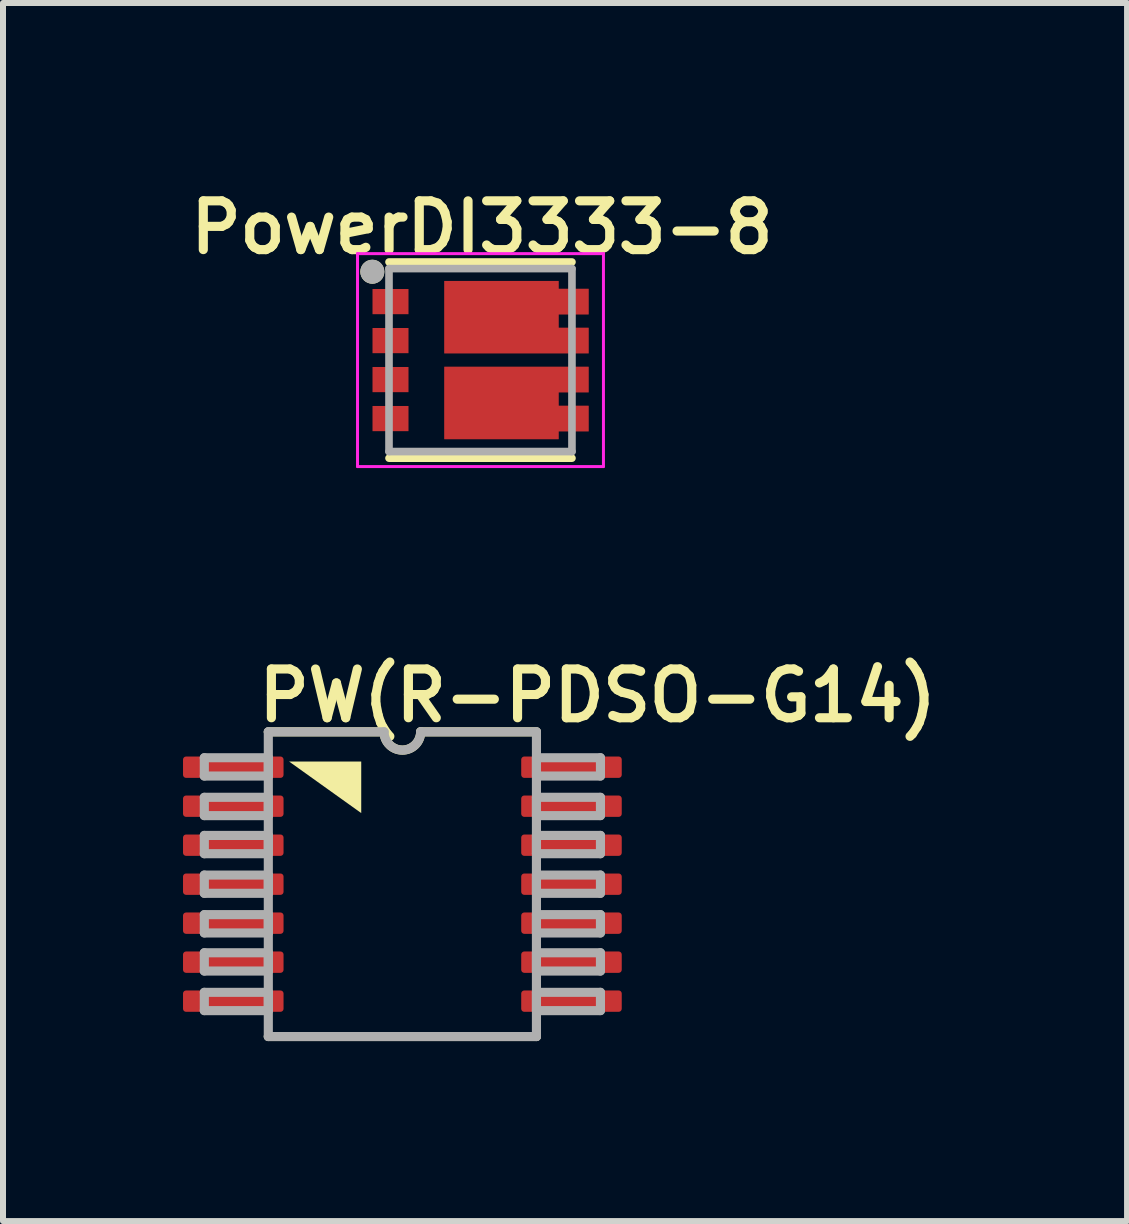
<source format=kicad_pcb>
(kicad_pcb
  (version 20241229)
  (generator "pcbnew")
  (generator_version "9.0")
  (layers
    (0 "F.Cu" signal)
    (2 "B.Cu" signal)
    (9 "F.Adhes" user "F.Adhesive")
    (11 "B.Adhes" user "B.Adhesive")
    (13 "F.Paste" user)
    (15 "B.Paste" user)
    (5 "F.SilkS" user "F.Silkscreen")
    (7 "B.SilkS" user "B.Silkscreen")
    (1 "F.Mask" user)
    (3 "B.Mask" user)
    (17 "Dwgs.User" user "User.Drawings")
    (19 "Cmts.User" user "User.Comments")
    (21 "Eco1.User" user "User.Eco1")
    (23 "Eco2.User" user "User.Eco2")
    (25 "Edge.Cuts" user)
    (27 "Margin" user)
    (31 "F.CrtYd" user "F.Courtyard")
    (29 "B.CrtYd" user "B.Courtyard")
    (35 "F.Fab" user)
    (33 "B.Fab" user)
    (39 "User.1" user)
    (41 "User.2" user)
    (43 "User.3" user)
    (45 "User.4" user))
  (footprint "PowerDI3333-8"
    (layer "F.Cu")
    (at 4.96 2.953)
    (property "Reference" "PowerDI3333-8" (at 0.025 -2.21 0) (layer "F.SilkS") (effects (font (size 0.813 0.813) (thickness 0.152) (bold yes))))
    (attr smd)
    (fp_poly (pts (xy -0.7 0.015) (xy 1.9 0.015) (xy 1.9 0.635) (xy 1.4 0.635) (xy 1.4 0.665) (xy 1.9 0.665) (xy 1.9 1.285) (xy 1.4 1.285) (xy 1.4 1.415) (xy -0.7 1.415)) (stroke (width 0.01) (type solid)) (fill yes) (layer "F.Mask"))
    (fp_poly (pts (xy 1.4 -0.665) (xy 1.4 -0.635) (xy 1.9 -0.635) (xy 1.9 -0.015) (xy -0.7 -0.015) (xy -0.7 -1.415) (xy 1.4 -1.415) (xy 1.4 -1.285) (xy 1.9 -1.285) (xy 1.9 -0.665)) (stroke (width 0.01) (type solid)) (fill yes) (layer "F.Mask"))
    (fp_line (start -1.525 -1.635) (end 1.525 -1.635) (stroke (width 0.127) (type solid)) (layer "F.SilkS"))
    (fp_line (start 1.525 1.635) (end -1.525 1.635) (stroke (width 0.127) (type solid)) (layer "F.SilkS"))
    (fp_circle (center -1.803 -1.473) (end -1.703 -1.473) (stroke (width 0.2) (type solid)) (fill no) (layer "F.SilkS"))
    (fp_poly (pts (xy 1.3 -1.185) (xy 1.8 -1.185) (xy 1.8 -0.765) (xy 1.3 -0.765)) (stroke (width 0.01) (type solid)) (fill yes) (layer "F.Paste"))
    (fp_poly (pts (xy 1.3 -0.535) (xy 1.8 -0.535) (xy 1.8 -0.115) (xy 1.3 -0.115)) (stroke (width 0.01) (type solid)) (fill yes) (layer "F.Paste"))
    (fp_poly (pts (xy 1.3 0.115) (xy 1.8 0.115) (xy 1.8 0.535) (xy 1.3 0.535)) (stroke (width 0.01) (type solid)) (fill yes) (layer "F.Paste"))
    (fp_poly (pts (xy 1.3 0.765) (xy 1.8 0.765) (xy 1.8 1.185) (xy 1.3 1.185)) (stroke (width 0.01) (type solid)) (fill yes) (layer "F.Paste"))
    (fp_line (start -2.05 -1.775) (end -2.05 1.775) (stroke (width 0.05) (type solid)) (layer "F.CrtYd"))
    (fp_line (start -2.05 1.775) (end 2.05 1.775) (stroke (width 0.05) (type solid)) (layer "F.CrtYd"))
    (fp_line (start 2.05 -1.775) (end -2.05 -1.775) (stroke (width 0.05) (type solid)) (layer "F.CrtYd"))
    (fp_line (start 2.05 1.775) (end 2.05 -1.775) (stroke (width 0.05) (type solid)) (layer "F.CrtYd"))
    (fp_line (start -1.525 -1.525) (end 1.525 -1.525) (stroke (width 0.127) (type solid)) (layer "F.Fab"))
    (fp_line (start -1.525 1.525) (end -1.525 -1.525) (stroke (width 0.127) (type solid)) (layer "F.Fab"))
    (fp_line (start 1.525 -1.525) (end 1.525 1.525) (stroke (width 0.127) (type solid)) (layer "F.Fab"))
    (fp_line (start 1.525 1.525) (end -1.525 1.525) (stroke (width 0.127) (type solid)) (layer "F.Fab"))
    (fp_circle (center -1.803 -1.473) (end -1.703 -1.473) (stroke (width 0.2) (type solid)) (fill no) (layer "F.Fab"))
    (pad "1" smd rect (at -1.5 -0.975) (size 0.6 0.42) (layers "F.Cu" "F.Mask" "F.Paste"))
    (pad "2" smd rect (at -1.5 -0.325) (size 0.6 0.42) (layers "F.Cu" "F.Mask" "F.Paste"))
    (pad "3" smd rect (at -1.5 0.325) (size 0.6 0.42) (layers "F.Cu" "F.Mask" "F.Paste"))
    (pad "4" smd rect (at -1.5 0.975) (size 0.6 0.42) (layers "F.Cu" "F.Mask" "F.Paste"))
    (pad "5" smd custom (at 0.35 0.715) (size 1.2 0.76) (layers "F.Cu" "F.Paste") (options (anchor rect)) (primitives (gr_poly (pts (xy -0.95 -0.6) (xy 1.45 -0.6) (xy 1.45 -0.18) (xy 0.95 -0.18) (xy 0.95 0.05) (xy 1.45 0.05) (xy 1.45 0.47) (xy 0.95 0.47) (xy 0.95 0.6) (xy -0.95 0.6)) (width 0.01) (fill yes))))
    (pad "6" smd custom (at 0.35 -0.715) (size 1.2 0.76) (layers "F.Cu" "F.Paste") (options (anchor rect)) (primitives (gr_poly (pts (xy 0.95 -0.05) (xy 0.95 0.18) (xy 1.45 0.18) (xy 1.45 0.6) (xy -0.95 0.6) (xy -0.95 -0.6) (xy 0.95 -0.6) (xy 0.95 -0.47) (xy 1.45 -0.47) (xy 1.45 -0.05)) (width 0.01) (fill yes)))))
  (footprint "PW(R-PDSO-G14)"
    (layer "F.Cu")
    (at 3.658 11.69)
    (property "Reference" "PW(R-PDSO-G14)" (at -2.477 -2.667 0) (layer "F.SilkS") (effects (font (size 0.813 0.813) (thickness 0.152) (bold yes)) (justify left bottom)))
    (attr smd)
    (fp_line (start -2.235 2.54) (end 2.235 2.54) (stroke (width 0.152) (type solid)) (layer "F.SilkS"))
    (fp_line (start -0.305 -2.54) (end -2.235 -2.54) (stroke (width 0.152) (type solid)) (layer "F.SilkS"))
    (fp_line (start 2.235 -2.54) (end 0.305 -2.54) (stroke (width 0.152) (type solid)) (layer "F.SilkS"))
    (fp_arc (start 0.3048 -2.54) (mid 0 -2.2352) (end -0.3048 -2.54) (stroke (width 0.1524) (type solid)) (layer "F.SilkS"))
    (fp_poly (pts (xy -0.686 -1.185) (xy -1.889 -2.045) (xy -0.686 -2.045)) (stroke (width 0) (type default)) (fill yes) (layer "F.SilkS"))
    (fp_line (start -3.302 -2.108) (end -3.302 -1.803) (stroke (width 0.152) (type solid)) (layer "F.Fab"))
    (fp_line (start -3.302 -1.803) (end -2.235 -1.803) (stroke (width 0.152) (type solid)) (layer "F.Fab"))
    (fp_line (start -3.302 -1.448) (end -3.302 -1.143) (stroke (width 0.152) (type solid)) (layer "F.Fab"))
    (fp_line (start -3.302 -1.143) (end -2.235 -1.143) (stroke (width 0.152) (type solid)) (layer "F.Fab"))
    (fp_line (start -3.302 -0.813) (end -3.302 -0.508) (stroke (width 0.152) (type solid)) (layer "F.Fab"))
    (fp_line (start -3.302 -0.508) (end -2.235 -0.508) (stroke (width 0.152) (type solid)) (layer "F.Fab"))
    (fp_line (start -3.302 -0.152) (end -3.302 0.152) (stroke (width 0.152) (type solid)) (layer "F.Fab"))
    (fp_line (start -3.302 0.152) (end -2.235 0.152) (stroke (width 0.152) (type solid)) (layer "F.Fab"))
    (fp_line (start -3.302 0.508) (end -3.302 0.813) (stroke (width 0.152) (type solid)) (layer "F.Fab"))
    (fp_line (start -3.302 0.813) (end -2.235 0.813) (stroke (width 0.152) (type solid)) (layer "F.Fab"))
    (fp_line (start -3.302 1.143) (end -3.302 1.448) (stroke (width 0.152) (type solid)) (layer "F.Fab"))
    (fp_line (start -3.302 1.448) (end -2.235 1.448) (stroke (width 0.152) (type solid)) (layer "F.Fab"))
    (fp_line (start -3.302 1.803) (end -3.302 2.108) (stroke (width 0.152) (type solid)) (layer "F.Fab"))
    (fp_line (start -3.302 2.108) (end -2.235 2.108) (stroke (width 0.152) (type solid)) (layer "F.Fab"))
    (fp_line (start -2.235 -2.54) (end -2.235 2.54) (stroke (width 0.152) (type solid)) (layer "F.Fab"))
    (fp_line (start -2.235 -2.108) (end -3.302 -2.108) (stroke (width 0.152) (type solid)) (layer "F.Fab"))
    (fp_line (start -2.235 -1.803) (end -2.235 -2.108) (stroke (width 0.152) (type solid)) (layer "F.Fab"))
    (fp_line (start -2.235 -1.448) (end -3.302 -1.448) (stroke (width 0.152) (type solid)) (layer "F.Fab"))
    (fp_line (start -2.235 -1.143) (end -2.235 -1.448) (stroke (width 0.152) (type solid)) (layer "F.Fab"))
    (fp_line (start -2.235 -0.813) (end -3.302 -0.813) (stroke (width 0.152) (type solid)) (layer "F.Fab"))
    (fp_line (start -2.235 -0.508) (end -2.235 -0.813) (stroke (width 0.152) (type solid)) (layer "F.Fab"))
    (fp_line (start -2.235 -0.152) (end -3.302 -0.152) (stroke (width 0.152) (type solid)) (layer "F.Fab"))
    (fp_line (start -2.235 0.152) (end -2.235 -0.152) (stroke (width 0.152) (type solid)) (layer "F.Fab"))
    (fp_line (start -2.235 0.508) (end -3.302 0.508) (stroke (width 0.152) (type solid)) (layer "F.Fab"))
    (fp_line (start -2.235 0.813) (end -2.235 0.508) (stroke (width 0.152) (type solid)) (layer "F.Fab"))
    (fp_line (start -2.235 1.143) (end -3.302 1.143) (stroke (width 0.152) (type solid)) (layer "F.Fab"))
    (fp_line (start -2.235 1.448) (end -2.235 1.143) (stroke (width 0.152) (type solid)) (layer "F.Fab"))
    (fp_line (start -2.235 1.803) (end -3.302 1.803) (stroke (width 0.152) (type solid)) (layer "F.Fab"))
    (fp_line (start -2.235 2.108) (end -2.235 1.803) (stroke (width 0.152) (type solid)) (layer "F.Fab"))
    (fp_line (start -2.235 2.54) (end 2.235 2.54) (stroke (width 0.152) (type solid)) (layer "F.Fab"))
    (fp_line (start -0.305 -2.54) (end -2.235 -2.54) (stroke (width 0.152) (type solid)) (layer "F.Fab"))
    (fp_line (start 2.235 -2.54) (end 0.305 -2.54) (stroke (width 0.152) (type solid)) (layer "F.Fab"))
    (fp_line (start 2.235 -2.108) (end 2.235 -1.803) (stroke (width 0.152) (type solid)) (layer "F.Fab"))
    (fp_line (start 2.235 -1.803) (end 3.302 -1.803) (stroke (width 0.152) (type solid)) (layer "F.Fab"))
    (fp_line (start 2.235 -1.448) (end 2.235 -1.143) (stroke (width 0.152) (type solid)) (layer "F.Fab"))
    (fp_line (start 2.235 -1.143) (end 3.302 -1.143) (stroke (width 0.152) (type solid)) (layer "F.Fab"))
    (fp_line (start 2.235 -0.813) (end 2.235 -0.508) (stroke (width 0.152) (type solid)) (layer "F.Fab"))
    (fp_line (start 2.235 -0.508) (end 3.302 -0.508) (stroke (width 0.152) (type solid)) (layer "F.Fab"))
    (fp_line (start 2.235 -0.152) (end 2.235 0.152) (stroke (width 0.152) (type solid)) (layer "F.Fab"))
    (fp_line (start 2.235 0.152) (end 3.302 0.152) (stroke (width 0.152) (type solid)) (layer "F.Fab"))
    (fp_line (start 2.235 0.508) (end 2.235 0.813) (stroke (width 0.152) (type solid)) (layer "F.Fab"))
    (fp_line (start 2.235 0.813) (end 3.302 0.813) (stroke (width 0.152) (type solid)) (layer "F.Fab"))
    (fp_line (start 2.235 1.143) (end 2.235 1.448) (stroke (width 0.152) (type solid)) (layer "F.Fab"))
    (fp_line (start 2.235 1.448) (end 3.302 1.448) (stroke (width 0.152) (type solid)) (layer "F.Fab"))
    (fp_line (start 2.235 1.803) (end 2.235 2.108) (stroke (width 0.152) (type solid)) (layer "F.Fab"))
    (fp_line (start 2.235 2.108) (end 3.302 2.108) (stroke (width 0.152) (type solid)) (layer "F.Fab"))
    (fp_line (start 2.235 2.54) (end 2.235 -2.54) (stroke (width 0.152) (type solid)) (layer "F.Fab"))
    (fp_line (start 3.302 -2.108) (end 2.235 -2.108) (stroke (width 0.152) (type solid)) (layer "F.Fab"))
    (fp_line (start 3.302 -1.803) (end 3.302 -2.108) (stroke (width 0.152) (type solid)) (layer "F.Fab"))
    (fp_line (start 3.302 -1.448) (end 2.235 -1.448) (stroke (width 0.152) (type solid)) (layer "F.Fab"))
    (fp_line (start 3.302 -1.143) (end 3.302 -1.448) (stroke (width 0.152) (type solid)) (layer "F.Fab"))
    (fp_line (start 3.302 -0.813) (end 2.235 -0.813) (stroke (width 0.152) (type solid)) (layer "F.Fab"))
    (fp_line (start 3.302 -0.508) (end 3.302 -0.813) (stroke (width 0.152) (type solid)) (layer "F.Fab"))
    (fp_line (start 3.302 -0.152) (end 2.235 -0.152) (stroke (width 0.152) (type solid)) (layer "F.Fab"))
    (fp_line (start 3.302 0.152) (end 3.302 -0.152) (stroke (width 0.152) (type solid)) (layer "F.Fab"))
    (fp_line (start 3.302 0.508) (end 2.235 0.508) (stroke (width 0.152) (type solid)) (layer "F.Fab"))
    (fp_line (start 3.302 0.813) (end 3.302 0.508) (stroke (width 0.152) (type solid)) (layer "F.Fab"))
    (fp_line (start 3.302 1.143) (end 2.235 1.143) (stroke (width 0.152) (type solid)) (layer "F.Fab"))
    (fp_line (start 3.302 1.448) (end 3.302 1.143) (stroke (width 0.152) (type solid)) (layer "F.Fab"))
    (fp_line (start 3.302 1.803) (end 2.235 1.803) (stroke (width 0.152) (type solid)) (layer "F.Fab"))
    (fp_line (start 3.302 2.108) (end 3.302 1.803) (stroke (width 0.152) (type solid)) (layer "F.Fab"))
    (fp_arc (start 0.3048 -2.54) (mid 0 -2.2352) (end -0.3048 -2.54) (stroke (width 0.1524) (type solid)) (layer "F.Fab"))
    (pad "1" smd roundrect (at -2.819 -1.95) (size 1.676 0.356) (layers "F.Cu" "F.Mask" "F.Paste") (roundrect_rratio 0.143))
    (pad "2" smd roundrect (at -2.819 -1.3) (size 1.676 0.356) (layers "F.Cu" "F.Mask" "F.Paste") (roundrect_rratio 0.143))
    (pad "3" smd roundrect (at -2.819 -0.65) (size 1.676 0.356) (layers "F.Cu" "F.Mask" "F.Paste") (roundrect_rratio 0.143))
    (pad "4" smd roundrect (at -2.819 0) (size 1.676 0.356) (layers "F.Cu" "F.Mask" "F.Paste") (roundrect_rratio 0.143))
    (pad "5" smd roundrect (at -2.819 0.65) (size 1.676 0.356) (layers "F.Cu" "F.Mask" "F.Paste") (roundrect_rratio 0.143))
    (pad "6" smd roundrect (at -2.819 1.3) (size 1.676 0.356) (layers "F.Cu" "F.Mask" "F.Paste") (roundrect_rratio 0.143))
    (pad "7" smd roundrect (at -2.819 1.95) (size 1.676 0.356) (layers "F.Cu" "F.Mask" "F.Paste") (roundrect_rratio 0.143))
    (pad "8" smd roundrect (at 2.819 1.95) (size 1.676 0.356) (layers "F.Cu" "F.Mask" "F.Paste") (roundrect_rratio 0.143))
    (pad "9" smd roundrect (at 2.819 1.3) (size 1.676 0.356) (layers "F.Cu" "F.Mask" "F.Paste") (roundrect_rratio 0.143))
    (pad "10" smd roundrect (at 2.819 0.65) (size 1.676 0.356) (layers "F.Cu" "F.Mask" "F.Paste") (roundrect_rratio 0.143))
    (pad "11" smd roundrect (at 2.819 0) (size 1.676 0.356) (layers "F.Cu" "F.Mask" "F.Paste") (roundrect_rratio 0.143))
    (pad "12" smd roundrect (at 2.819 -0.65) (size 1.676 0.356) (layers "F.Cu" "F.Mask" "F.Paste") (roundrect_rratio 0.143))
    (pad "13" smd roundrect (at 2.819 -1.3) (size 1.676 0.356) (layers "F.Cu" "F.Mask" "F.Paste") (roundrect_rratio 0.143))
    (pad "14" smd roundrect (at 2.819 -1.95) (size 1.676 0.356) (layers "F.Cu" "F.Mask" "F.Paste") (roundrect_rratio 0.143)))
  (gr_rect
    (start -3 -3)
    (end 15.739 17.306)
    (stroke (width 0.1) (type default))
    (fill no)
    (layer "Edge.Cuts")))
</source>
